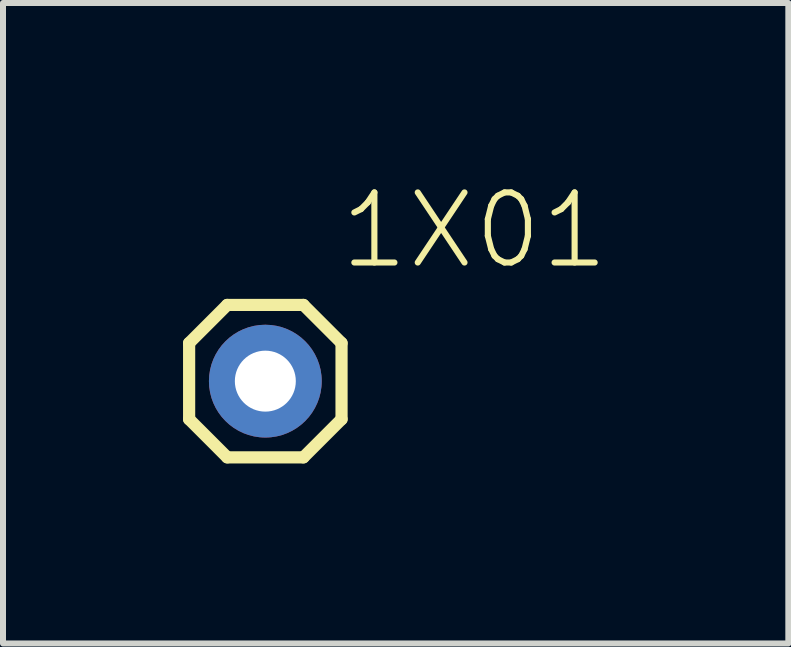
<source format=kicad_pcb>
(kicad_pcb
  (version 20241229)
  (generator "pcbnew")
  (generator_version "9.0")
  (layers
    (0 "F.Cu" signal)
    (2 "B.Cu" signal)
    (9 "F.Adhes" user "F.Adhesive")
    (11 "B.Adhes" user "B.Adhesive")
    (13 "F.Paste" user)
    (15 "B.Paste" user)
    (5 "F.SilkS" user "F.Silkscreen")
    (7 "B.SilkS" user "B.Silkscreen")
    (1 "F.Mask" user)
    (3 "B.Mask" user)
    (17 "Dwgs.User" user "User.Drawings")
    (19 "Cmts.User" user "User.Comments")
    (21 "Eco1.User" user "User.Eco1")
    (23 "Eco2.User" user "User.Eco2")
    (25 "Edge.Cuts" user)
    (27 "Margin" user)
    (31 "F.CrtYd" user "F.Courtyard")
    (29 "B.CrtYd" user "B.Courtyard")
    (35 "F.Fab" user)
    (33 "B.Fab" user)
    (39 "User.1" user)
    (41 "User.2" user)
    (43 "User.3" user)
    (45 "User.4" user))
  (footprint "1X01"
    (layer "F.Cu")
    (at 1.372 3.302)
    (property "Reference" "1X01" (at 1.194 -1.829 0) (layer "F.SilkS") (effects (font (size 1.168 1.168) (thickness 0.102)) (justify left bottom)))
    (fp_line (start -1.27 -0.635) (end -1.27 0.635) (stroke (width 0.203) (type solid)) (layer "F.SilkS"))
    (fp_line (start -1.27 0.635) (end -0.635 1.27) (stroke (width 0.203) (type solid)) (layer "F.SilkS"))
    (fp_line (start -0.635 -1.27) (end -1.27 -0.635) (stroke (width 0.203) (type solid)) (layer "F.SilkS"))
    (fp_line (start -0.635 1.27) (end 0.635 1.27) (stroke (width 0.203) (type solid)) (layer "F.SilkS"))
    (fp_line (start 0.635 -1.27) (end -0.635 -1.27) (stroke (width 0.203) (type solid)) (layer "F.SilkS"))
    (fp_line (start 0.635 1.27) (end 1.27 0.635) (stroke (width 0.203) (type solid)) (layer "F.SilkS"))
    (fp_line (start 1.27 -0.635) (end 0.635 -1.27) (stroke (width 0.203) (type solid)) (layer "F.SilkS"))
    (fp_line (start 1.27 0.635) (end 1.27 -0.635) (stroke (width 0.203) (type solid)) (layer "F.SilkS"))
    (fp_poly (pts (xy -0.254 0.254) (xy 0.254 0.254) (xy 0.254 -0.254) (xy -0.254 -0.254)) (stroke (width 0.1) (type default)) (fill no) (layer "F.Fab"))
    (pad "1" thru_hole circle (at 0 0 90) (size 1.88 1.88) (drill 1.016) (layers "*.Cu" "*.Mask")))
  (gr_rect
    (start -3 -3)
    (end 10.088 7.674)
    (stroke (width 0.1) (type default))
    (fill no)
    (layer "Edge.Cuts")))
</source>
